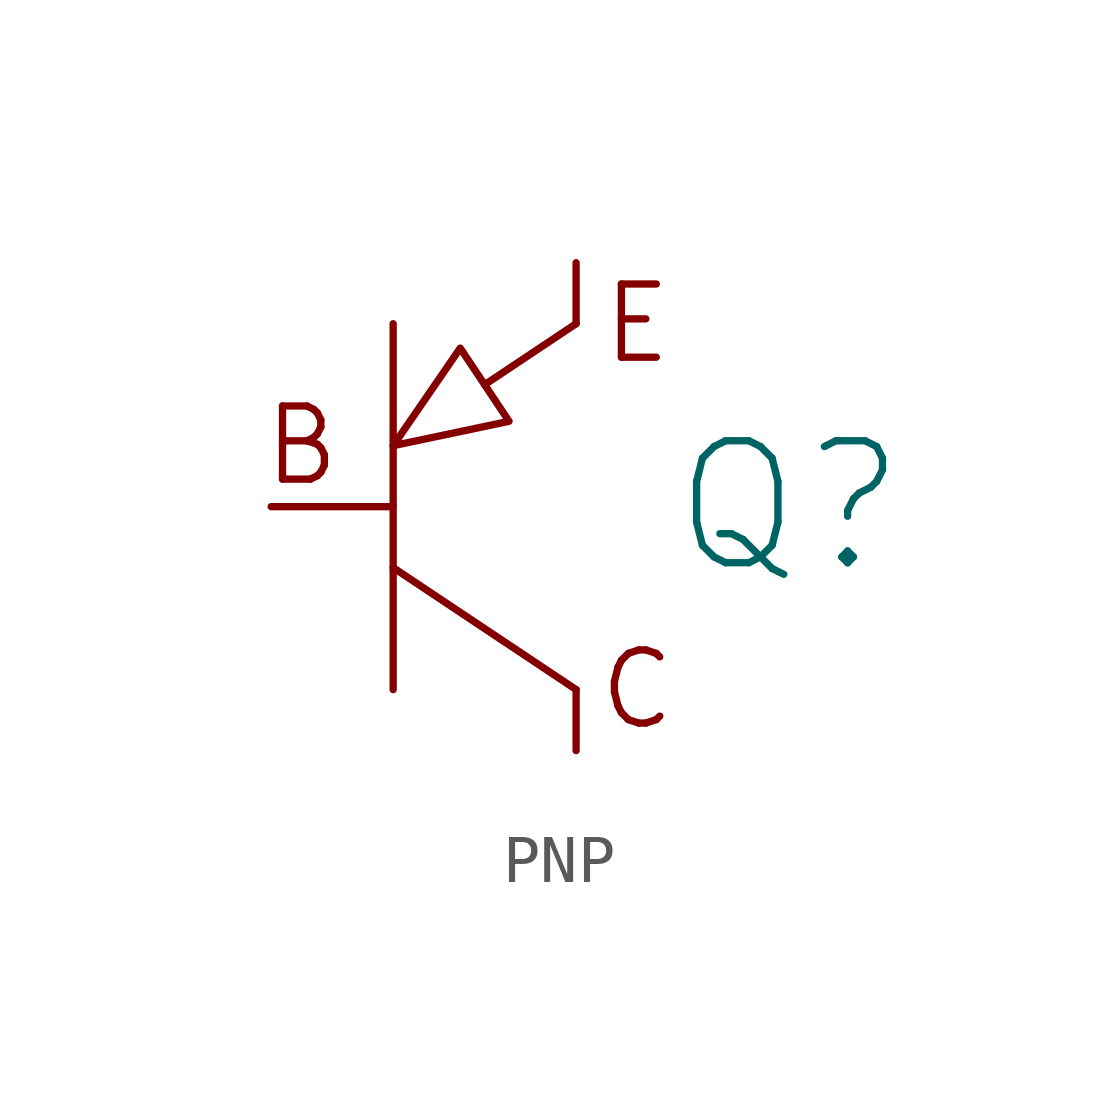
<source format=kicad_sym>
(kicad_symbol_lib
  (version 20231120)
  (generator "kicad_symbol_editor")
  (generator_version "8.0")
  (symbol "PNP"
    (pin_names
      (offset 1.016))
    (property "Reference" "Q"
      (at 10.795 -5.08 0)
      (effects (font (size 2.54 2.54))))
    (symbol "PNP_0_0"
      (polyline (pts (xy 4.445 -2.54) (xy 6.35 -1.27)) (stroke (width 0) (type default)) (fill (type none)))
      (text "B" (at 0.635 -3.81 0) (effects (font (size 1.524 1.524))))
      (text "C" (at 7.62 -8.89 0) (effects (font (size 1.524 1.524))))
      (text "E" (at 7.62 -1.27 0) (effects (font (size 1.524 1.524)))))
    (symbol "PNP_0_1"
      (polyline (pts (xy 2.54 -1.27) (xy 2.54 -8.89)) (stroke (width 0) (type default)) (fill (type none)))
      (polyline (pts (xy 6.35 -8.89) (xy 2.54 -6.35)) (stroke (width 0) (type default)) (fill (type none)))
      (polyline (pts (xy 4.953 -3.302) (xy 3.937 -1.778) (xy 2.54 -3.81) (xy 4.953 -3.302)) (stroke (width 0) (type default)) (fill (type none))))
    (symbol "PNP_1_1"
      (pin input line (at 0 -5.08 0) (length 2.54) (name "" (effects (font (size 1.27 1.27)))) (number "" (effects (font (size 1.143 1.143)))))
      (pin input line (at 6.35 -10.16 90) (length 1.27) (name "" (effects (font (size 1.27 1.27)))) (number "" (effects (font (size 1.143 1.143)))))
      (pin input line (at 6.35 0 270) (length 1.27) (name "" (effects (font (size 1.27 1.27)))) (number "" (effects (font (size 1.143 1.143))))))))
</source>
